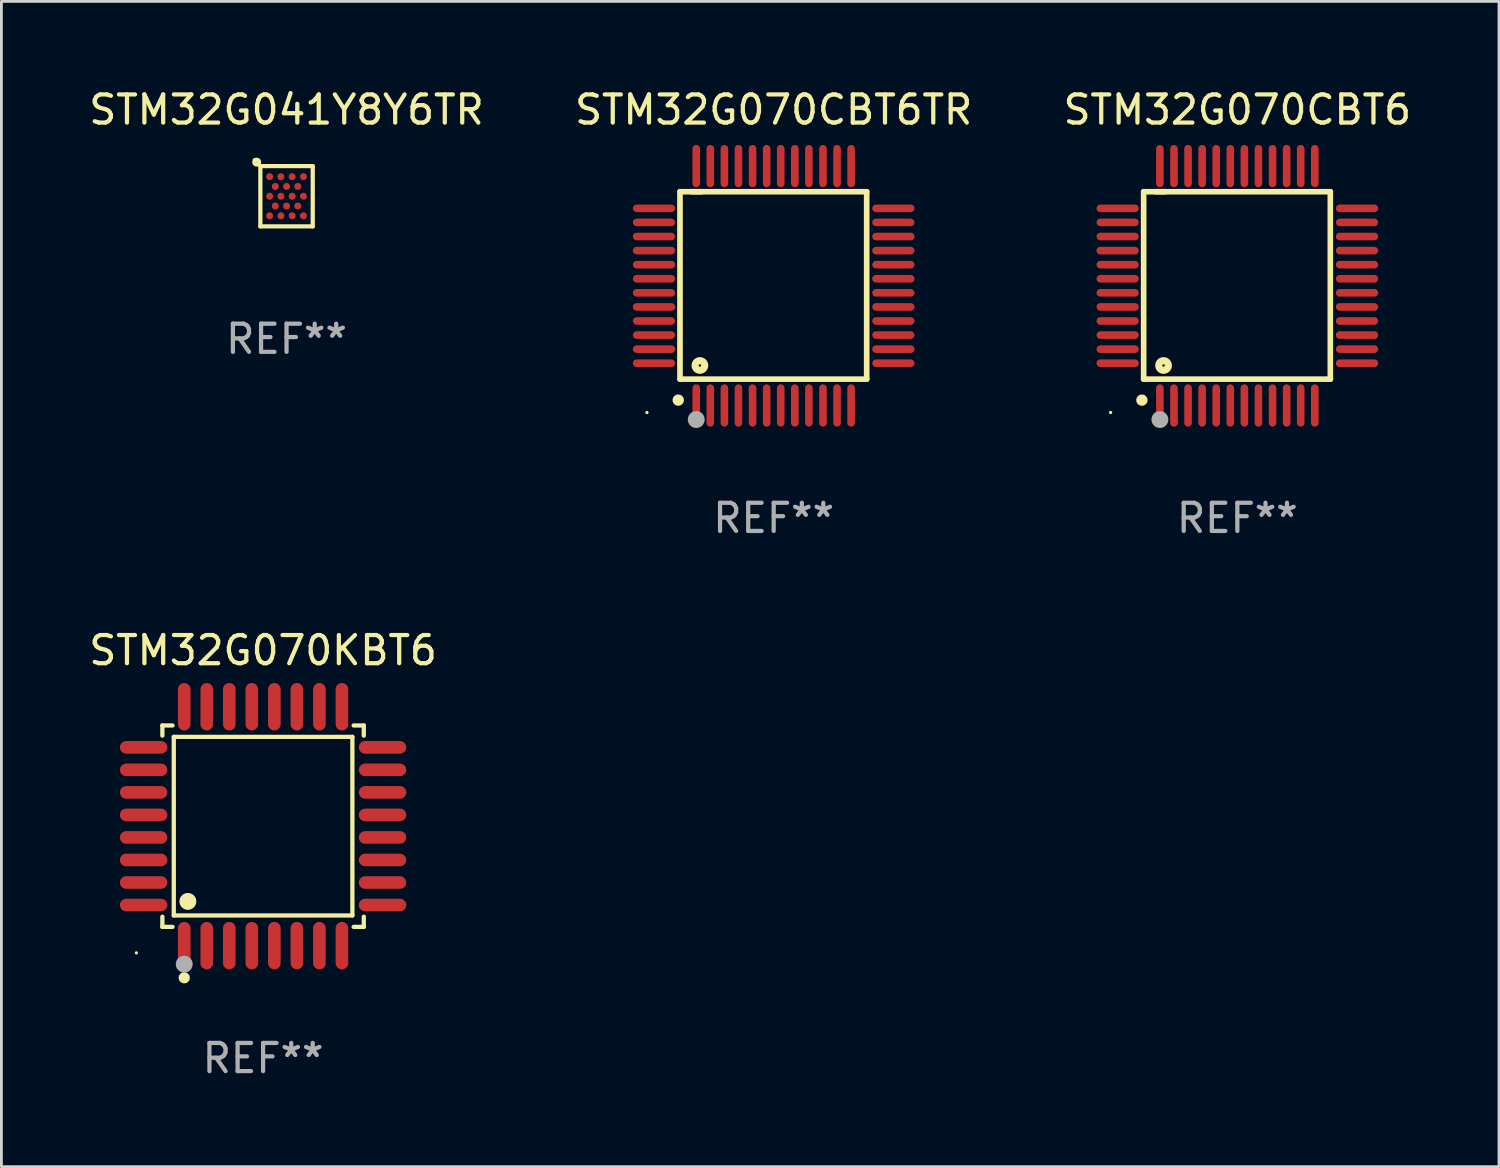
<source format=kicad_pcb>
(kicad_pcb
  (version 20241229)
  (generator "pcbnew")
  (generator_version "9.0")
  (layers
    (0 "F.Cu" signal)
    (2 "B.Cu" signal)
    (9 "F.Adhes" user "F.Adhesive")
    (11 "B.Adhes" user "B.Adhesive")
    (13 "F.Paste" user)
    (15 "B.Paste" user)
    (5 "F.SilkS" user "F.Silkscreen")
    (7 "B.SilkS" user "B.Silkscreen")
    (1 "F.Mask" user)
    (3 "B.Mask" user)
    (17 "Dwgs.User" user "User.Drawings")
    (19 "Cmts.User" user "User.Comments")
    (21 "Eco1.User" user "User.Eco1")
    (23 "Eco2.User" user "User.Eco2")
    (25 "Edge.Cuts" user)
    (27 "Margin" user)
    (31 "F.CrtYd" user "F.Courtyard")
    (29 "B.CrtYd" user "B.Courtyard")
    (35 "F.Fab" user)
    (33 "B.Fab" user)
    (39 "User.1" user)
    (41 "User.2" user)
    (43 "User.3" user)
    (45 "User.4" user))
  (footprint "STM32G041Y8Y6TR"
    (layer "F.Cu")
    (at 7.125 3.918)
    (property "Reference" "STM32G041Y8Y6TR" (at 0 -3.07 0) (layer "F.SilkS") (effects (font (size 1 1) (thickness 0.15))))
    (attr through_hole)
    (fp_line (start -0.93 -1.07) (end -0.93 1.07) (stroke (width 0.15) (type solid)) (layer "F.SilkS"))
    (fp_line (start 0.93 -1.07) (end -0.93 -1.07) (stroke (width 0.15) (type solid)) (layer "F.SilkS"))
    (fp_line (start 0.93 1.07) (end -0.93 1.07) (stroke (width 0.15) (type solid)) (layer "F.SilkS"))
    (fp_line (start 0.93 1.07) (end 0.93 -1.07) (stroke (width 0.15) (type solid)) (layer "F.SilkS"))
    (fp_circle (center -1.145 -1.295) (end -1.115 -1.295) (stroke (width 0.06) (type solid)) (fill no) (layer "F.SilkS"))
    (fp_circle (center -1.06 -1.21) (end -1.05 -1.21) (stroke (width 0.15) (type solid)) (fill no) (layer "F.SilkS"))
    (fp_text user "REF**" (at 0 5.07 0) (layer "F.Fab") (effects (font (size 1 1) (thickness 0.15))))
    (pad "A1" smd circle (at -0.6 -0.695) (size 0.25 0.25) (layers "F.Cu" "F.Mask" "F.Paste"))
    (pad "A3" smd circle (at -0.2 -0.695) (size 0.25 0.25) (layers "F.Cu" "F.Mask" "F.Paste"))
    (pad "A5" smd circle (at 0.2 -0.695) (size 0.25 0.25) (layers "F.Cu" "F.Mask" "F.Paste"))
    (pad "A7" smd circle (at 0.6 -0.695) (size 0.25 0.25) (layers "F.Cu" "F.Mask" "F.Paste"))
    (pad "B2" smd circle (at -0.4 -0.347) (size 0.25 0.25) (layers "F.Cu" "F.Mask" "F.Paste"))
    (pad "B4" smd circle (at -0.000051 -0.347) (size 0.25 0.25) (layers "F.Cu" "F.Mask" "F.Paste"))
    (pad "B6" smd circle (at 0.4 -0.347) (size 0.25 0.25) (layers "F.Cu" "F.Mask" "F.Paste"))
    (pad "C1" smd circle (at -0.6 -0.000051) (size 0.25 0.25) (layers "F.Cu" "F.Mask" "F.Paste"))
    (pad "C3" smd circle (at -0.2 -0.000051) (size 0.25 0.25) (layers "F.Cu" "F.Mask" "F.Paste"))
    (pad "C5" smd circle (at 0.2 -0.000051) (size 0.25 0.25) (layers "F.Cu" "F.Mask" "F.Paste"))
    (pad "C7" smd circle (at 0.6 -0.000051) (size 0.25 0.25) (layers "F.Cu" "F.Mask" "F.Paste"))
    (pad "D2" smd circle (at -0.4 0.348) (size 0.25 0.25) (layers "F.Cu" "F.Mask" "F.Paste"))
    (pad "D4" smd circle (at -0.000051 0.348) (size 0.25 0.25) (layers "F.Cu" "F.Mask" "F.Paste"))
    (pad "D6" smd circle (at 0.4 0.348) (size 0.25 0.25) (layers "F.Cu" "F.Mask" "F.Paste"))
    (pad "E1" smd circle (at -0.6 0.695) (size 0.25 0.25) (layers "F.Cu" "F.Mask" "F.Paste"))
    (pad "E3" smd circle (at -0.2 0.695) (size 0.25 0.25) (layers "F.Cu" "F.Mask" "F.Paste"))
    (pad "E5" smd circle (at 0.2 0.695) (size 0.25 0.25) (layers "F.Cu" "F.Mask" "F.Paste"))
    (pad "E7" smd circle (at 0.6 0.695) (size 0.25 0.25) (layers "F.Cu" "F.Mask" "F.Paste")))
  (footprint "STM32G070KBT6"
    (layer "F.Cu")
    (at 6.292 26.287)
    (property "Reference" "STM32G070KBT6" (at 0 -6.242 0) (layer "F.SilkS") (effects (font (size 1 1) (thickness 0.15))))
    (attr through_hole)
    (fp_line (start -3.576 -3.576) (end -3.215 -3.576) (stroke (width 0.152) (type solid)) (layer "F.SilkS"))
    (fp_line (start -3.576 -3.215) (end -3.576 -3.576) (stroke (width 0.152) (type solid)) (layer "F.SilkS"))
    (fp_line (start -3.576 3.215) (end -3.576 3.576) (stroke (width 0.152) (type solid)) (layer "F.SilkS"))
    (fp_line (start -3.576 3.576) (end -3.215 3.576) (stroke (width 0.152) (type solid)) (layer "F.SilkS"))
    (fp_line (start -3.171 -3.171) (end 3.171 -3.171) (stroke (width 0.152) (type solid)) (layer "F.SilkS"))
    (fp_line (start -3.171 3.171) (end -3.171 -3.171) (stroke (width 0.152) (type solid)) (layer "F.SilkS"))
    (fp_line (start 3.171 -3.171) (end 3.171 3.171) (stroke (width 0.152) (type solid)) (layer "F.SilkS"))
    (fp_line (start 3.171 3.171) (end -3.171 3.171) (stroke (width 0.152) (type solid)) (layer "F.SilkS"))
    (fp_line (start 3.576 -3.576) (end 3.215 -3.576) (stroke (width 0.152) (type solid)) (layer "F.SilkS"))
    (fp_line (start 3.576 -3.215) (end 3.576 -3.576) (stroke (width 0.152) (type solid)) (layer "F.SilkS"))
    (fp_line (start 3.576 3.215) (end 3.576 3.576) (stroke (width 0.152) (type solid)) (layer "F.SilkS"))
    (fp_line (start 3.576 3.576) (end 3.215 3.576) (stroke (width 0.152) (type solid)) (layer "F.SilkS"))
    (fp_circle (center -4.5 4.5) (end -4.47 4.5) (stroke (width 0.06) (type solid)) (fill no) (layer "F.SilkS"))
    (fp_circle (center -2.8 5.384) (end -2.7 5.384) (stroke (width 0.2) (type solid)) (fill no) (layer "F.SilkS"))
    (fp_circle (center -2.671 2.671) (end -2.521 2.671) (stroke (width 0.3) (type solid)) (fill no) (layer "F.SilkS"))
    (fp_circle (center -2.8 4.9) (end -2.65 4.9) (stroke (width 0.3) (type solid)) (fill no) (layer "F.Fab"))
    (fp_text user "REF**" (at 0 8.242 0) (layer "F.Fab") (effects (font (size 1 1) (thickness 0.15))))
    (pad "1" smd oval (at -2.8 4.242) (size 0.448 1.684) (layers "F.Cu" "F.Mask" "F.Paste"))
    (pad "2" smd oval (at -2 4.242) (size 0.448 1.684) (layers "F.Cu" "F.Mask" "F.Paste"))
    (pad "3" smd oval (at -1.2 4.242) (size 0.448 1.684) (layers "F.Cu" "F.Mask" "F.Paste"))
    (pad "4" smd oval (at -0.4 4.242) (size 0.448 1.684) (layers "F.Cu" "F.Mask" "F.Paste"))
    (pad "5" smd oval (at 0.4 4.242) (size 0.448 1.684) (layers "F.Cu" "F.Mask" "F.Paste"))
    (pad "6" smd oval (at 1.2 4.242) (size 0.448 1.684) (layers "F.Cu" "F.Mask" "F.Paste"))
    (pad "7" smd oval (at 2 4.242) (size 0.448 1.684) (layers "F.Cu" "F.Mask" "F.Paste"))
    (pad "8" smd oval (at 2.8 4.242) (size 0.448 1.684) (layers "F.Cu" "F.Mask" "F.Paste"))
    (pad "9" smd oval (at 4.242 2.8) (size 1.684 0.448) (layers "F.Cu" "F.Mask" "F.Paste"))
    (pad "10" smd oval (at 4.242 2) (size 1.684 0.448) (layers "F.Cu" "F.Mask" "F.Paste"))
    (pad "11" smd oval (at 4.242 1.2) (size 1.684 0.448) (layers "F.Cu" "F.Mask" "F.Paste"))
    (pad "12" smd oval (at 4.242 0.4) (size 1.684 0.448) (layers "F.Cu" "F.Mask" "F.Paste"))
    (pad "13" smd oval (at 4.242 -0.4) (size 1.684 0.448) (layers "F.Cu" "F.Mask" "F.Paste"))
    (pad "14" smd oval (at 4.242 -1.2) (size 1.684 0.448) (layers "F.Cu" "F.Mask" "F.Paste"))
    (pad "15" smd oval (at 4.242 -2) (size 1.684 0.448) (layers "F.Cu" "F.Mask" "F.Paste"))
    (pad "16" smd oval (at 4.242 -2.8) (size 1.684 0.448) (layers "F.Cu" "F.Mask" "F.Paste"))
    (pad "17" smd oval (at 2.8 -4.242) (size 0.448 1.684) (layers "F.Cu" "F.Mask" "F.Paste"))
    (pad "18" smd oval (at 2 -4.242) (size 0.448 1.684) (layers "F.Cu" "F.Mask" "F.Paste"))
    (pad "19" smd oval (at 1.2 -4.242) (size 0.448 1.684) (layers "F.Cu" "F.Mask" "F.Paste"))
    (pad "20" smd oval (at 0.4 -4.242) (size 0.448 1.684) (layers "F.Cu" "F.Mask" "F.Paste"))
    (pad "21" smd oval (at -0.4 -4.242) (size 0.448 1.684) (layers "F.Cu" "F.Mask" "F.Paste"))
    (pad "22" smd oval (at -1.2 -4.242) (size 0.448 1.684) (layers "F.Cu" "F.Mask" "F.Paste"))
    (pad "23" smd oval (at -2 -4.242) (size 0.448 1.684) (layers "F.Cu" "F.Mask" "F.Paste"))
    (pad "24" smd oval (at -2.8 -4.242) (size 0.448 1.684) (layers "F.Cu" "F.Mask" "F.Paste"))
    (pad "25" smd oval (at -4.242 -2.8) (size 1.684 0.448) (layers "F.Cu" "F.Mask" "F.Paste"))
    (pad "26" smd oval (at -4.242 -2) (size 1.684 0.448) (layers "F.Cu" "F.Mask" "F.Paste"))
    (pad "27" smd oval (at -4.242 -1.2) (size 1.684 0.448) (layers "F.Cu" "F.Mask" "F.Paste"))
    (pad "28" smd oval (at -4.242 -0.4) (size 1.684 0.448) (layers "F.Cu" "F.Mask" "F.Paste"))
    (pad "29" smd oval (at -4.242 0.4) (size 1.684 0.448) (layers "F.Cu" "F.Mask" "F.Paste"))
    (pad "30" smd oval (at -4.242 1.2) (size 1.684 0.448) (layers "F.Cu" "F.Mask" "F.Paste"))
    (pad "31" smd oval (at -4.242 2) (size 1.684 0.448) (layers "F.Cu" "F.Mask" "F.Paste"))
    (pad "32" smd oval (at -4.242 2.8) (size 1.684 0.448) (layers "F.Cu" "F.Mask" "F.Paste")))
  (footprint "STM32G070CBT6TR"
    (layer "F.Cu")
    (at 24.423 7.098)
    (property "Reference" "STM32G070CBT6TR" (at 0 -6.25 0) (layer "F.SilkS") (effects (font (size 1 1) (thickness 0.15))))
    (attr through_hole)
    (fp_line (start -3.327 -3.34) (end -2.565 -3.34) (stroke (width 0.2) (type solid)) (layer "F.SilkS"))
    (fp_line (start -3.327 3.315) (end -3.327 -3.34) (stroke (width 0.2) (type solid)) (layer "F.SilkS"))
    (fp_line (start -2.896 -3.34) (end 3.302 -3.34) (stroke (width 0.2) (type solid)) (layer "F.SilkS"))
    (fp_line (start 3.302 -3.34) (end 3.302 3.315) (stroke (width 0.2) (type solid)) (layer "F.SilkS"))
    (fp_line (start 3.302 3.315) (end -3.327 3.315) (stroke (width 0.2) (type solid)) (layer "F.SilkS"))
    (fp_arc (start -3.389992 4.059995) (mid -3.388722 4.059991) (end -3.387452 4.059995) (stroke (width 0.4) (type solid)) (layer "F.SilkS"))
    (fp_circle (center -4.5 4.5) (end -4.47 4.5) (stroke (width 0.06) (type solid)) (fill no) (layer "F.SilkS"))
    (fp_circle (center -2.62 2.83) (end -2.45 2.83) (stroke (width 0.254) (type solid)) (fill no) (layer "F.SilkS"))
    (fp_circle (center -2.75 4.75) (end -2.6 4.75) (stroke (width 0.3) (type solid)) (fill no) (layer "F.Fab"))
    (fp_text user "REF**" (at 0 8.25 0) (layer "F.Fab") (effects (font (size 1 1) (thickness 0.15))))
    (pad "1" smd oval (at -2.75 4.25) (size 0.27 1.5) (layers "F.Cu" "F.Mask" "F.Paste"))
    (pad "2" smd oval (at -2.25 4.25) (size 0.27 1.5) (layers "F.Cu" "F.Mask" "F.Paste"))
    (pad "3" smd oval (at -1.75 4.25) (size 0.27 1.5) (layers "F.Cu" "F.Mask" "F.Paste"))
    (pad "4" smd oval (at -1.25 4.25) (size 0.27 1.5) (layers "F.Cu" "F.Mask" "F.Paste"))
    (pad "5" smd oval (at -0.75 4.25) (size 0.27 1.5) (layers "F.Cu" "F.Mask" "F.Paste"))
    (pad "6" smd oval (at -0.25 4.25) (size 0.27 1.5) (layers "F.Cu" "F.Mask" "F.Paste"))
    (pad "7" smd oval (at 0.25 4.25) (size 0.27 1.5) (layers "F.Cu" "F.Mask" "F.Paste"))
    (pad "8" smd oval (at 0.75 4.25) (size 0.27 1.5) (layers "F.Cu" "F.Mask" "F.Paste"))
    (pad "9" smd oval (at 1.25 4.25) (size 0.27 1.5) (layers "F.Cu" "F.Mask" "F.Paste"))
    (pad "10" smd oval (at 1.75 4.25) (size 0.27 1.5) (layers "F.Cu" "F.Mask" "F.Paste"))
    (pad "11" smd oval (at 2.25 4.25) (size 0.27 1.5) (layers "F.Cu" "F.Mask" "F.Paste"))
    (pad "12" smd oval (at 2.75 4.25) (size 0.27 1.5) (layers "F.Cu" "F.Mask" "F.Paste"))
    (pad "13" smd oval (at 4.25 2.75) (size 1.5 0.27) (layers "F.Cu" "F.Mask" "F.Paste"))
    (pad "14" smd oval (at 4.25 2.25) (size 1.5 0.27) (layers "F.Cu" "F.Mask" "F.Paste"))
    (pad "15" smd oval (at 4.25 1.75) (size 1.5 0.27) (layers "F.Cu" "F.Mask" "F.Paste"))
    (pad "16" smd oval (at 4.25 1.25) (size 1.5 0.27) (layers "F.Cu" "F.Mask" "F.Paste"))
    (pad "17" smd oval (at 4.25 0.75) (size 1.5 0.27) (layers "F.Cu" "F.Mask" "F.Paste"))
    (pad "18" smd oval (at 4.25 0.25) (size 1.5 0.27) (layers "F.Cu" "F.Mask" "F.Paste"))
    (pad "19" smd oval (at 4.25 -0.25) (size 1.5 0.27) (layers "F.Cu" "F.Mask" "F.Paste"))
    (pad "20" smd oval (at 4.25 -0.75) (size 1.5 0.27) (layers "F.Cu" "F.Mask" "F.Paste"))
    (pad "21" smd oval (at 4.25 -1.25) (size 1.5 0.27) (layers "F.Cu" "F.Mask" "F.Paste"))
    (pad "22" smd oval (at 4.25 -1.75) (size 1.5 0.27) (layers "F.Cu" "F.Mask" "F.Paste"))
    (pad "23" smd oval (at 4.25 -2.25) (size 1.5 0.27) (layers "F.Cu" "F.Mask" "F.Paste"))
    (pad "24" smd oval (at 4.25 -2.75) (size 1.5 0.27) (layers "F.Cu" "F.Mask" "F.Paste"))
    (pad "25" smd oval (at 2.75 -4.25) (size 0.27 1.5) (layers "F.Cu" "F.Mask" "F.Paste"))
    (pad "26" smd oval (at 2.25 -4.25) (size 0.27 1.5) (layers "F.Cu" "F.Mask" "F.Paste"))
    (pad "27" smd oval (at 1.75 -4.25) (size 0.27 1.5) (layers "F.Cu" "F.Mask" "F.Paste"))
    (pad "28" smd oval (at 1.25 -4.25) (size 0.27 1.5) (layers "F.Cu" "F.Mask" "F.Paste"))
    (pad "29" smd oval (at 0.75 -4.25) (size 0.27 1.5) (layers "F.Cu" "F.Mask" "F.Paste"))
    (pad "30" smd oval (at 0.25 -4.25) (size 0.27 1.5) (layers "F.Cu" "F.Mask" "F.Paste"))
    (pad "31" smd oval (at -0.25 -4.25) (size 0.27 1.5) (layers "F.Cu" "F.Mask" "F.Paste"))
    (pad "32" smd oval (at -0.75 -4.25) (size 0.27 1.5) (layers "F.Cu" "F.Mask" "F.Paste"))
    (pad "33" smd oval (at -1.25 -4.25) (size 0.27 1.5) (layers "F.Cu" "F.Mask" "F.Paste"))
    (pad "34" smd oval (at -1.75 -4.25) (size 0.27 1.5) (layers "F.Cu" "F.Mask" "F.Paste"))
    (pad "35" smd oval (at -2.25 -4.25) (size 0.27 1.5) (layers "F.Cu" "F.Mask" "F.Paste"))
    (pad "36" smd oval (at -2.75 -4.25) (size 0.27 1.5) (layers "F.Cu" "F.Mask" "F.Paste"))
    (pad "37" smd oval (at -4.25 -2.75) (size 1.5 0.27) (layers "F.Cu" "F.Mask" "F.Paste"))
    (pad "38" smd oval (at -4.25 -2.25) (size 1.5 0.27) (layers "F.Cu" "F.Mask" "F.Paste"))
    (pad "39" smd oval (at -4.25 -1.75) (size 1.5 0.27) (layers "F.Cu" "F.Mask" "F.Paste"))
    (pad "40" smd oval (at -4.25 -1.25) (size 1.5 0.27) (layers "F.Cu" "F.Mask" "F.Paste"))
    (pad "41" smd oval (at -4.25 -0.75) (size 1.5 0.27) (layers "F.Cu" "F.Mask" "F.Paste"))
    (pad "42" smd oval (at -4.25 -0.25) (size 1.5 0.27) (layers "F.Cu" "F.Mask" "F.Paste"))
    (pad "43" smd oval (at -4.25 0.25) (size 1.5 0.27) (layers "F.Cu" "F.Mask" "F.Paste"))
    (pad "44" smd oval (at -4.25 0.75) (size 1.5 0.27) (layers "F.Cu" "F.Mask" "F.Paste"))
    (pad "45" smd oval (at -4.25 1.25) (size 1.5 0.27) (layers "F.Cu" "F.Mask" "F.Paste"))
    (pad "46" smd oval (at -4.25 1.75) (size 1.5 0.27) (layers "F.Cu" "F.Mask" "F.Paste"))
    (pad "47" smd oval (at -4.25 2.25) (size 1.5 0.27) (layers "F.Cu" "F.Mask" "F.Paste"))
    (pad "48" smd oval (at -4.25 2.75) (size 1.5 0.27) (layers "F.Cu" "F.Mask" "F.Paste")))
  (footprint "STM32G070CBT6"
    (layer "F.Cu")
    (at 40.887 7.098)
    (property "Reference" "STM32G070CBT6" (at 0 -6.25 0) (layer "F.SilkS") (effects (font (size 1 1) (thickness 0.15))))
    (attr through_hole)
    (fp_line (start -3.327 -3.34) (end -2.565 -3.34) (stroke (width 0.2) (type solid)) (layer "F.SilkS"))
    (fp_line (start -3.327 3.315) (end -3.327 -3.34) (stroke (width 0.2) (type solid)) (layer "F.SilkS"))
    (fp_line (start -2.896 -3.34) (end 3.302 -3.34) (stroke (width 0.2) (type solid)) (layer "F.SilkS"))
    (fp_line (start 3.302 -3.34) (end 3.302 3.315) (stroke (width 0.2) (type solid)) (layer "F.SilkS"))
    (fp_line (start 3.302 3.315) (end -3.327 3.315) (stroke (width 0.2) (type solid)) (layer "F.SilkS"))
    (fp_arc (start -3.389992 4.059995) (mid -3.388722 4.059991) (end -3.387452 4.059995) (stroke (width 0.4) (type solid)) (layer "F.SilkS"))
    (fp_circle (center -4.5 4.5) (end -4.47 4.5) (stroke (width 0.06) (type solid)) (fill no) (layer "F.SilkS"))
    (fp_circle (center -2.62 2.83) (end -2.45 2.83) (stroke (width 0.254) (type solid)) (fill no) (layer "F.SilkS"))
    (fp_circle (center -2.75 4.75) (end -2.6 4.75) (stroke (width 0.3) (type solid)) (fill no) (layer "F.Fab"))
    (fp_text user "REF**" (at 0 8.25 0) (layer "F.Fab") (effects (font (size 1 1) (thickness 0.15))))
    (pad "1" smd oval (at -2.75 4.25) (size 0.27 1.5) (layers "F.Cu" "F.Mask" "F.Paste"))
    (pad "2" smd oval (at -2.25 4.25) (size 0.27 1.5) (layers "F.Cu" "F.Mask" "F.Paste"))
    (pad "3" smd oval (at -1.75 4.25) (size 0.27 1.5) (layers "F.Cu" "F.Mask" "F.Paste"))
    (pad "4" smd oval (at -1.25 4.25) (size 0.27 1.5) (layers "F.Cu" "F.Mask" "F.Paste"))
    (pad "5" smd oval (at -0.75 4.25) (size 0.27 1.5) (layers "F.Cu" "F.Mask" "F.Paste"))
    (pad "6" smd oval (at -0.25 4.25) (size 0.27 1.5) (layers "F.Cu" "F.Mask" "F.Paste"))
    (pad "7" smd oval (at 0.25 4.25) (size 0.27 1.5) (layers "F.Cu" "F.Mask" "F.Paste"))
    (pad "8" smd oval (at 0.75 4.25) (size 0.27 1.5) (layers "F.Cu" "F.Mask" "F.Paste"))
    (pad "9" smd oval (at 1.25 4.25) (size 0.27 1.5) (layers "F.Cu" "F.Mask" "F.Paste"))
    (pad "10" smd oval (at 1.75 4.25) (size 0.27 1.5) (layers "F.Cu" "F.Mask" "F.Paste"))
    (pad "11" smd oval (at 2.25 4.25) (size 0.27 1.5) (layers "F.Cu" "F.Mask" "F.Paste"))
    (pad "12" smd oval (at 2.75 4.25) (size 0.27 1.5) (layers "F.Cu" "F.Mask" "F.Paste"))
    (pad "13" smd oval (at 4.25 2.75) (size 1.5 0.27) (layers "F.Cu" "F.Mask" "F.Paste"))
    (pad "14" smd oval (at 4.25 2.25) (size 1.5 0.27) (layers "F.Cu" "F.Mask" "F.Paste"))
    (pad "15" smd oval (at 4.25 1.75) (size 1.5 0.27) (layers "F.Cu" "F.Mask" "F.Paste"))
    (pad "16" smd oval (at 4.25 1.25) (size 1.5 0.27) (layers "F.Cu" "F.Mask" "F.Paste"))
    (pad "17" smd oval (at 4.25 0.75) (size 1.5 0.27) (layers "F.Cu" "F.Mask" "F.Paste"))
    (pad "18" smd oval (at 4.25 0.25) (size 1.5 0.27) (layers "F.Cu" "F.Mask" "F.Paste"))
    (pad "19" smd oval (at 4.25 -0.25) (size 1.5 0.27) (layers "F.Cu" "F.Mask" "F.Paste"))
    (pad "20" smd oval (at 4.25 -0.75) (size 1.5 0.27) (layers "F.Cu" "F.Mask" "F.Paste"))
    (pad "21" smd oval (at 4.25 -1.25) (size 1.5 0.27) (layers "F.Cu" "F.Mask" "F.Paste"))
    (pad "22" smd oval (at 4.25 -1.75) (size 1.5 0.27) (layers "F.Cu" "F.Mask" "F.Paste"))
    (pad "23" smd oval (at 4.25 -2.25) (size 1.5 0.27) (layers "F.Cu" "F.Mask" "F.Paste"))
    (pad "24" smd oval (at 4.25 -2.75) (size 1.5 0.27) (layers "F.Cu" "F.Mask" "F.Paste"))
    (pad "25" smd oval (at 2.75 -4.25) (size 0.27 1.5) (layers "F.Cu" "F.Mask" "F.Paste"))
    (pad "26" smd oval (at 2.25 -4.25) (size 0.27 1.5) (layers "F.Cu" "F.Mask" "F.Paste"))
    (pad "27" smd oval (at 1.75 -4.25) (size 0.27 1.5) (layers "F.Cu" "F.Mask" "F.Paste"))
    (pad "28" smd oval (at 1.25 -4.25) (size 0.27 1.5) (layers "F.Cu" "F.Mask" "F.Paste"))
    (pad "29" smd oval (at 0.75 -4.25) (size 0.27 1.5) (layers "F.Cu" "F.Mask" "F.Paste"))
    (pad "30" smd oval (at 0.25 -4.25) (size 0.27 1.5) (layers "F.Cu" "F.Mask" "F.Paste"))
    (pad "31" smd oval (at -0.25 -4.25) (size 0.27 1.5) (layers "F.Cu" "F.Mask" "F.Paste"))
    (pad "32" smd oval (at -0.75 -4.25) (size 0.27 1.5) (layers "F.Cu" "F.Mask" "F.Paste"))
    (pad "33" smd oval (at -1.25 -4.25) (size 0.27 1.5) (layers "F.Cu" "F.Mask" "F.Paste"))
    (pad "34" smd oval (at -1.75 -4.25) (size 0.27 1.5) (layers "F.Cu" "F.Mask" "F.Paste"))
    (pad "35" smd oval (at -2.25 -4.25) (size 0.27 1.5) (layers "F.Cu" "F.Mask" "F.Paste"))
    (pad "36" smd oval (at -2.75 -4.25) (size 0.27 1.5) (layers "F.Cu" "F.Mask" "F.Paste"))
    (pad "37" smd oval (at -4.25 -2.75) (size 1.5 0.27) (layers "F.Cu" "F.Mask" "F.Paste"))
    (pad "38" smd oval (at -4.25 -2.25) (size 1.5 0.27) (layers "F.Cu" "F.Mask" "F.Paste"))
    (pad "39" smd oval (at -4.25 -1.75) (size 1.5 0.27) (layers "F.Cu" "F.Mask" "F.Paste"))
    (pad "40" smd oval (at -4.25 -1.25) (size 1.5 0.27) (layers "F.Cu" "F.Mask" "F.Paste"))
    (pad "41" smd oval (at -4.25 -0.75) (size 1.5 0.27) (layers "F.Cu" "F.Mask" "F.Paste"))
    (pad "42" smd oval (at -4.25 -0.25) (size 1.5 0.27) (layers "F.Cu" "F.Mask" "F.Paste"))
    (pad "43" smd oval (at -4.25 0.25) (size 1.5 0.27) (layers "F.Cu" "F.Mask" "F.Paste"))
    (pad "44" smd oval (at -4.25 0.75) (size 1.5 0.27) (layers "F.Cu" "F.Mask" "F.Paste"))
    (pad "45" smd oval (at -4.25 1.25) (size 1.5 0.27) (layers "F.Cu" "F.Mask" "F.Paste"))
    (pad "46" smd oval (at -4.25 1.75) (size 1.5 0.27) (layers "F.Cu" "F.Mask" "F.Paste"))
    (pad "47" smd oval (at -4.25 2.25) (size 1.5 0.27) (layers "F.Cu" "F.Mask" "F.Paste"))
    (pad "48" smd oval (at -4.25 2.75) (size 1.5 0.27) (layers "F.Cu" "F.Mask" "F.Paste")))
  (gr_rect
    (start -3 -3)
    (end 50.179 38.377)
    (stroke (width 0.1) (type default))
    (fill no)
    (layer "Edge.Cuts")))
</source>
